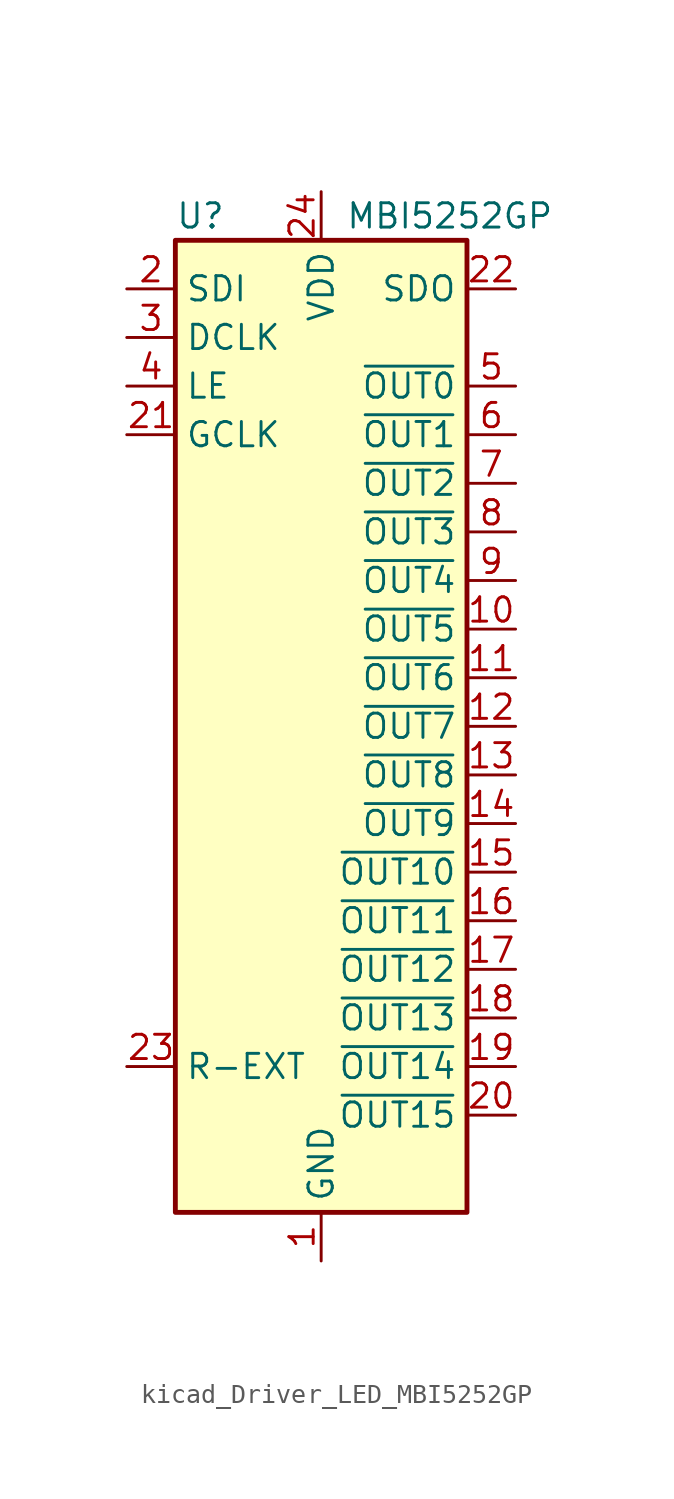
<source format=kicad_sym>
(kicad_symbol_lib
  (version 20220914)
  (generator kicad_symbol_editor)
  (symbol "kicad_Driver_LED_MBI5252GP"
    (property "Reference" "U"
      (at -7.62 26.67 0)
      (effects (font (size 1.27 1.27)) (justify left)))
    (property "Value" "MBI5252GP"
      (at 1.27 26.67 0)
      (effects (font (size 1.27 1.27)) (justify left)))
    (symbol "kicad_Driver_LED_MBI5252GP_0_1"
      (rectangle (start -7.62 25.4) (end 7.62 -25.4) (stroke (width 0.254) (type default)) (fill (type background))))
    (symbol "kicad_Driver_LED_MBI5252GP_1_1"
      (pin power_in line (at 0 -27.94 90) (length 2.54) (name "GND" (effects (font (size 1.27 1.27)))) (number "1" (effects (font (size 1.27 1.27)))))
      (pin open_collector line (at 10.16 5.08 180) (length 2.54) (name "~{OUT5}" (effects (font (size 1.27 1.27)))) (number "10" (effects (font (size 1.27 1.27)))))
      (pin open_collector line (at 10.16 2.54 180) (length 2.54) (name "~{OUT6}" (effects (font (size 1.27 1.27)))) (number "11" (effects (font (size 1.27 1.27)))))
      (pin open_collector line (at 10.16 0 180) (length 2.54) (name "~{OUT7}" (effects (font (size 1.27 1.27)))) (number "12" (effects (font (size 1.27 1.27)))))
      (pin open_collector line (at 10.16 -2.54 180) (length 2.54) (name "~{OUT8}" (effects (font (size 1.27 1.27)))) (number "13" (effects (font (size 1.27 1.27)))))
      (pin open_collector line (at 10.16 -5.08 180) (length 2.54) (name "~{OUT9}" (effects (font (size 1.27 1.27)))) (number "14" (effects (font (size 1.27 1.27)))))
      (pin open_collector line (at 10.16 -7.62 180) (length 2.54) (name "~{OUT10}" (effects (font (size 1.27 1.27)))) (number "15" (effects (font (size 1.27 1.27)))))
      (pin open_collector line (at 10.16 -10.16 180) (length 2.54) (name "~{OUT11}" (effects (font (size 1.27 1.27)))) (number "16" (effects (font (size 1.27 1.27)))))
      (pin open_collector line (at 10.16 -12.7 180) (length 2.54) (name "~{OUT12}" (effects (font (size 1.27 1.27)))) (number "17" (effects (font (size 1.27 1.27)))))
      (pin open_collector line (at 10.16 -15.24 180) (length 2.54) (name "~{OUT13}" (effects (font (size 1.27 1.27)))) (number "18" (effects (font (size 1.27 1.27)))))
      (pin open_collector line (at 10.16 -17.78 180) (length 2.54) (name "~{OUT14}" (effects (font (size 1.27 1.27)))) (number "19" (effects (font (size 1.27 1.27)))))
      (pin input line (at -10.16 22.86 0) (length 2.54) (name "SDI" (effects (font (size 1.27 1.27)))) (number "2" (effects (font (size 1.27 1.27)))))
      (pin open_collector line (at 10.16 -20.32 180) (length 2.54) (name "~{OUT15}" (effects (font (size 1.27 1.27)))) (number "20" (effects (font (size 1.27 1.27)))))
      (pin input line (at -10.16 15.24 0) (length 2.54) (name "GCLK" (effects (font (size 1.27 1.27)))) (number "21" (effects (font (size 1.27 1.27)))))
      (pin output line (at 10.16 22.86 180) (length 2.54) (name "SDO" (effects (font (size 1.27 1.27)))) (number "22" (effects (font (size 1.27 1.27)))))
      (pin passive line (at -10.16 -17.78 0) (length 2.54) (name "R-EXT" (effects (font (size 1.27 1.27)))) (number "23" (effects (font (size 1.27 1.27)))))
      (pin power_in line (at 0 27.94 270) (length 2.54) (name "VDD" (effects (font (size 1.27 1.27)))) (number "24" (effects (font (size 1.27 1.27)))))
      (pin input line (at -10.16 20.32 0) (length 2.54) (name "DCLK" (effects (font (size 1.27 1.27)))) (number "3" (effects (font (size 1.27 1.27)))))
      (pin input line (at -10.16 17.78 0) (length 2.54) (name "LE" (effects (font (size 1.27 1.27)))) (number "4" (effects (font (size 1.27 1.27)))))
      (pin open_collector line (at 10.16 17.78 180) (length 2.54) (name "~{OUT0}" (effects (font (size 1.27 1.27)))) (number "5" (effects (font (size 1.27 1.27)))))
      (pin open_collector line (at 10.16 15.24 180) (length 2.54) (name "~{OUT1}" (effects (font (size 1.27 1.27)))) (number "6" (effects (font (size 1.27 1.27)))))
      (pin open_collector line (at 10.16 12.7 180) (length 2.54) (name "~{OUT2}" (effects (font (size 1.27 1.27)))) (number "7" (effects (font (size 1.27 1.27)))))
      (pin open_collector line (at 10.16 10.16 180) (length 2.54) (name "~{OUT3}" (effects (font (size 1.27 1.27)))) (number "8" (effects (font (size 1.27 1.27)))))
      (pin open_collector line (at 10.16 7.62 180) (length 2.54) (name "~{OUT4}" (effects (font (size 1.27 1.27)))) (number "9" (effects (font (size 1.27 1.27))))))))
</source>
